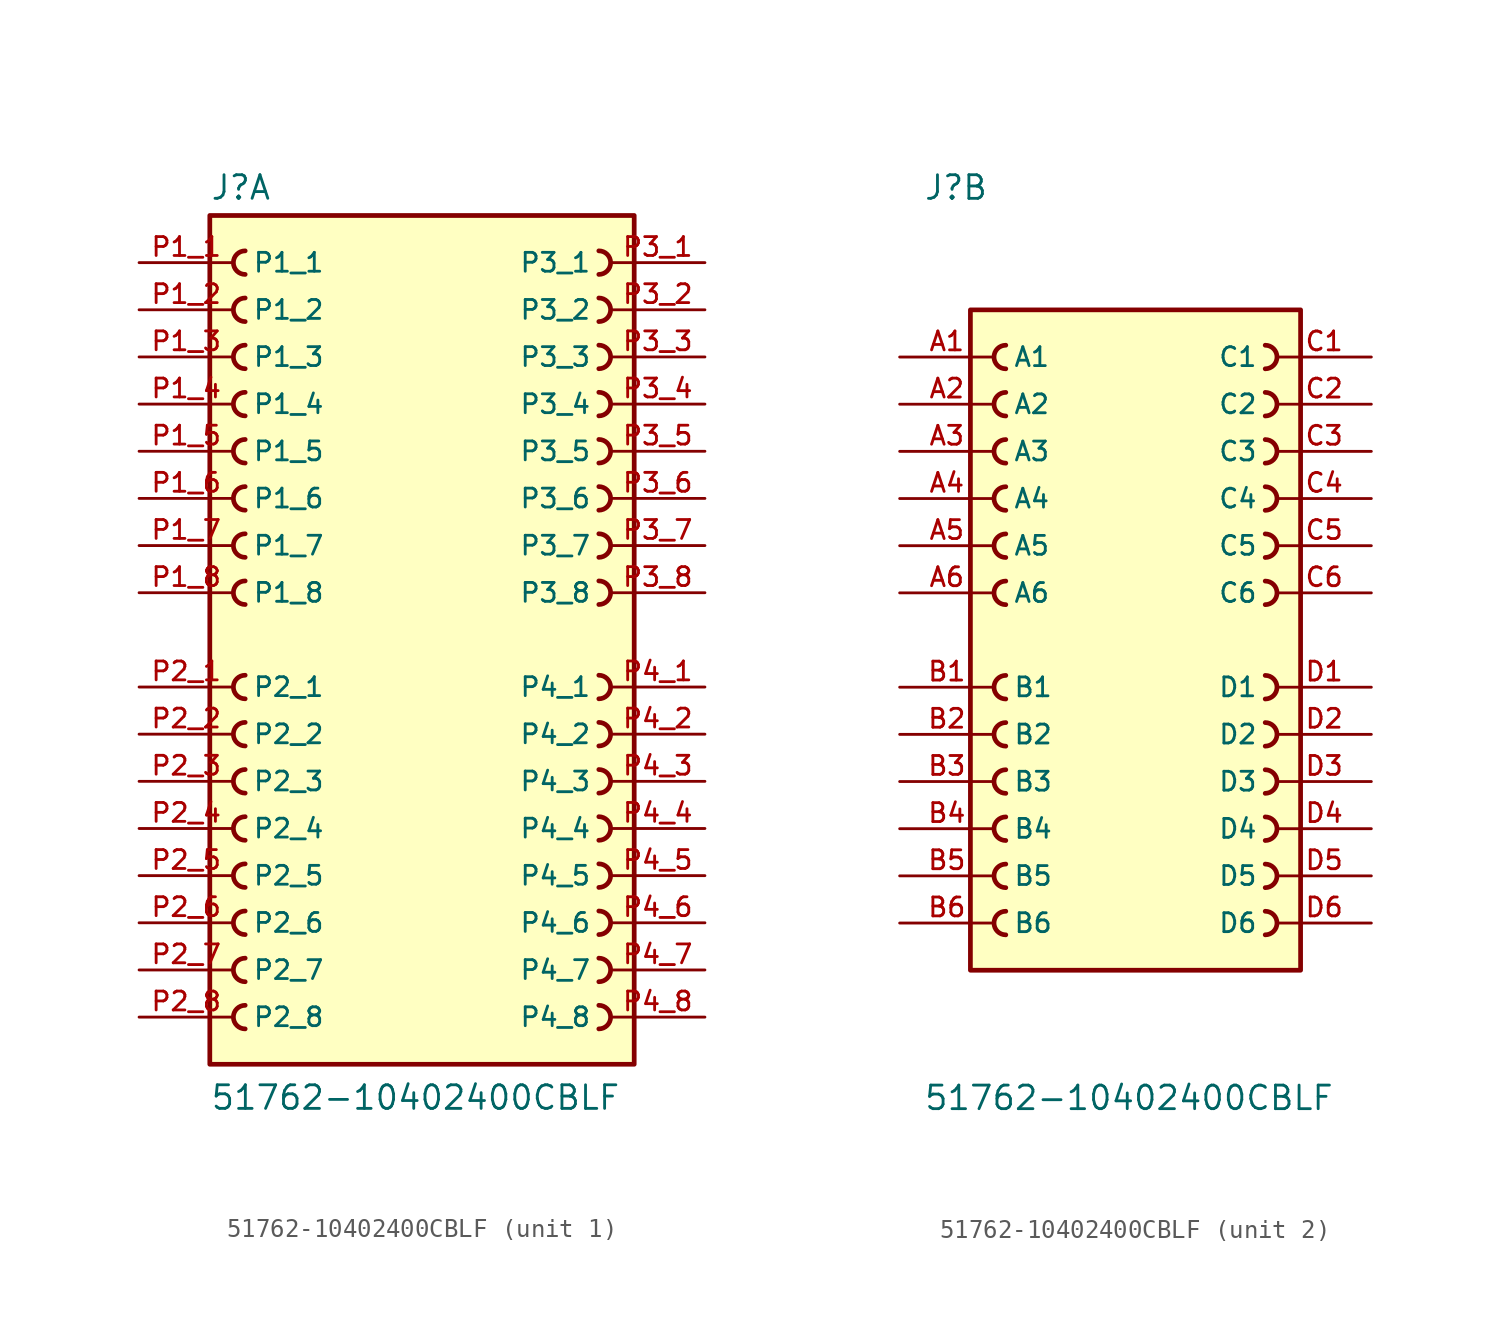
<source format=kicad_sym>
(kicad_symbol_lib
  (version 20211014)
  (generator kicad_symbol_editor)
  (symbol "51762-10402400CBLF"
    (pin_names
      (offset 1.016))
    (property "Reference" "J"
      (at -11.43 23.622 0)
      (effects (font (size 1.27 1.27)) (justify bottom left)))
    (property "Value" "51762-10402400CBLF"
      (at -11.43 -25.4 0)
      (effects (font (size 1.27 1.27)) (justify bottom left)))
    (symbol "51762-10402400CBLF_1_0"
      (arc (start -9.525 20.955) (mid -10.16 20.32) (end -9.525 19.685) (stroke (width 0.254) (type default) (color 0 0 0 0)) (fill (type none)))
      (arc (start -9.525 -1.905) (mid -10.16 -2.54) (end -9.525 -3.175) (stroke (width 0.254) (type default) (color 0 0 0 0)) (fill (type none)))
      (arc (start -9.525 18.415) (mid -10.16 17.78) (end -9.525 17.145) (stroke (width 0.254) (type default) (color 0 0 0 0)) (fill (type none)))
      (arc (start -9.525 15.875) (mid -10.16 15.24) (end -9.525 14.605) (stroke (width 0.254) (type default) (color 0 0 0 0)) (fill (type none)))
      (arc (start -9.525 13.335) (mid -10.16 12.7) (end -9.525 12.065) (stroke (width 0.254) (type default) (color 0 0 0 0)) (fill (type none)))
      (arc (start -9.525 10.795) (mid -10.16 10.16) (end -9.525 9.525) (stroke (width 0.254) (type default) (color 0 0 0 0)) (fill (type none)))
      (arc (start -9.525 8.255) (mid -10.16 7.62) (end -9.525 6.985) (stroke (width 0.254) (type default) (color 0 0 0 0)) (fill (type none)))
      (arc (start -9.525 5.715) (mid -10.16 5.08) (end -9.525 4.445) (stroke (width 0.254) (type default) (color 0 0 0 0)) (fill (type none)))
      (arc (start -9.525 3.175) (mid -10.16 2.54) (end -9.525 1.905) (stroke (width 0.254) (type default) (color 0 0 0 0)) (fill (type none)))
      (arc (start -9.525 -4.445) (mid -10.16 -5.08) (end -9.525 -5.715) (stroke (width 0.254) (type default) (color 0 0 0 0)) (fill (type none)))
      (arc (start -9.525 -6.985) (mid -10.16 -7.62) (end -9.525 -8.255) (stroke (width 0.254) (type default) (color 0 0 0 0)) (fill (type none)))
      (arc (start -9.525 -9.525) (mid -10.16 -10.16) (end -9.525 -10.795) (stroke (width 0.254) (type default) (color 0 0 0 0)) (fill (type none)))
      (arc (start -9.525 -12.065) (mid -10.16 -12.7) (end -9.525 -13.335) (stroke (width 0.254) (type default) (color 0 0 0 0)) (fill (type none)))
      (arc (start -9.525 -14.605) (mid -10.16 -15.24) (end -9.525 -15.875) (stroke (width 0.254) (type default) (color 0 0 0 0)) (fill (type none)))
      (arc (start -9.525 -17.145) (mid -10.16 -17.78) (end -9.525 -18.415) (stroke (width 0.254) (type default) (color 0 0 0 0)) (fill (type none)))
      (arc (start -9.525 -19.685) (mid -10.16 -20.32) (end -9.525 -20.955) (stroke (width 0.254) (type default) (color 0 0 0 0)) (fill (type none)))
      (arc (start 9.525 20.955) (mid 10.16 20.32) (end 9.525 19.685) (stroke (width 0.254) (type default) (color 0 0 0 0)) (fill (type none)))
      (arc (start 9.525 -1.905) (mid 10.16 -2.54) (end 9.525 -3.175) (stroke (width 0.254) (type default) (color 0 0 0 0)) (fill (type none)))
      (arc (start 9.525 18.415) (mid 10.16 17.78) (end 9.525 17.145) (stroke (width 0.254) (type default) (color 0 0 0 0)) (fill (type none)))
      (arc (start 9.525 15.875) (mid 10.16 15.24) (end 9.525 14.605) (stroke (width 0.254) (type default) (color 0 0 0 0)) (fill (type none)))
      (arc (start 9.525 13.335) (mid 10.16 12.7) (end 9.525 12.065) (stroke (width 0.254) (type default) (color 0 0 0 0)) (fill (type none)))
      (arc (start 9.525 10.795) (mid 10.16 10.16) (end 9.525 9.525) (stroke (width 0.254) (type default) (color 0 0 0 0)) (fill (type none)))
      (arc (start 9.525 8.255) (mid 10.16 7.62) (end 9.525 6.985) (stroke (width 0.254) (type default) (color 0 0 0 0)) (fill (type none)))
      (arc (start 9.525 5.715) (mid 10.16 5.08) (end 9.525 4.445) (stroke (width 0.254) (type default) (color 0 0 0 0)) (fill (type none)))
      (arc (start 9.525 3.175) (mid 10.16 2.54) (end 9.525 1.905) (stroke (width 0.254) (type default) (color 0 0 0 0)) (fill (type none)))
      (arc (start 9.525 -4.445) (mid 10.16 -5.08) (end 9.525 -5.715) (stroke (width 0.254) (type default) (color 0 0 0 0)) (fill (type none)))
      (arc (start 9.525 -6.985) (mid 10.16 -7.62) (end 9.525 -8.255) (stroke (width 0.254) (type default) (color 0 0 0 0)) (fill (type none)))
      (arc (start 9.525 -9.525) (mid 10.16 -10.16) (end 9.525 -10.795) (stroke (width 0.254) (type default) (color 0 0 0 0)) (fill (type none)))
      (arc (start 9.525 -12.065) (mid 10.16 -12.7) (end 9.525 -13.335) (stroke (width 0.254) (type default) (color 0 0 0 0)) (fill (type none)))
      (arc (start 9.525 -14.605) (mid 10.16 -15.24) (end 9.525 -15.875) (stroke (width 0.254) (type default) (color 0 0 0 0)) (fill (type none)))
      (arc (start 9.525 -17.145) (mid 10.16 -17.78) (end 9.525 -18.415) (stroke (width 0.254) (type default) (color 0 0 0 0)) (fill (type none)))
      (arc (start 9.525 -19.685) (mid 10.16 -20.32) (end 9.525 -20.955) (stroke (width 0.254) (type default) (color 0 0 0 0)) (fill (type none)))
      (rectangle (start -11.43 -22.86) (end 11.43 22.86) (stroke (width 0.254)) (fill (type background)))
      (pin power_in line (at -15.24 20.32 0) (length 5.08) (name "P1_1" (effects (font (size 1.016 1.016)))) (number "P1_1" (effects (font (size 1.016 1.016)))))
      (pin power_in line (at -15.24 -2.54 0) (length 5.08) (name "P2_1" (effects (font (size 1.016 1.016)))) (number "P2_1" (effects (font (size 1.016 1.016)))))
      (pin power_in line (at -15.24 17.78 0) (length 5.08) (name "P1_2" (effects (font (size 1.016 1.016)))) (number "P1_2" (effects (font (size 1.016 1.016)))))
      (pin power_in line (at -15.24 15.24 0) (length 5.08) (name "P1_3" (effects (font (size 1.016 1.016)))) (number "P1_3" (effects (font (size 1.016 1.016)))))
      (pin power_in line (at -15.24 12.7 0) (length 5.08) (name "P1_4" (effects (font (size 1.016 1.016)))) (number "P1_4" (effects (font (size 1.016 1.016)))))
      (pin power_in line (at -15.24 10.16 0) (length 5.08) (name "P1_5" (effects (font (size 1.016 1.016)))) (number "P1_5" (effects (font (size 1.016 1.016)))))
      (pin power_in line (at -15.24 7.62 0) (length 5.08) (name "P1_6" (effects (font (size 1.016 1.016)))) (number "P1_6" (effects (font (size 1.016 1.016)))))
      (pin power_in line (at -15.24 5.08 0) (length 5.08) (name "P1_7" (effects (font (size 1.016 1.016)))) (number "P1_7" (effects (font (size 1.016 1.016)))))
      (pin power_in line (at -15.24 2.54 0) (length 5.08) (name "P1_8" (effects (font (size 1.016 1.016)))) (number "P1_8" (effects (font (size 1.016 1.016)))))
      (pin power_in line (at -15.24 -5.08 0) (length 5.08) (name "P2_2" (effects (font (size 1.016 1.016)))) (number "P2_2" (effects (font (size 1.016 1.016)))))
      (pin power_in line (at -15.24 -7.62 0) (length 5.08) (name "P2_3" (effects (font (size 1.016 1.016)))) (number "P2_3" (effects (font (size 1.016 1.016)))))
      (pin power_in line (at -15.24 -10.16 0) (length 5.08) (name "P2_4" (effects (font (size 1.016 1.016)))) (number "P2_4" (effects (font (size 1.016 1.016)))))
      (pin power_in line (at -15.24 -12.7 0) (length 5.08) (name "P2_5" (effects (font (size 1.016 1.016)))) (number "P2_5" (effects (font (size 1.016 1.016)))))
      (pin power_in line (at -15.24 -15.24 0) (length 5.08) (name "P2_6" (effects (font (size 1.016 1.016)))) (number "P2_6" (effects (font (size 1.016 1.016)))))
      (pin power_in line (at -15.24 -17.78 0) (length 5.08) (name "P2_7" (effects (font (size 1.016 1.016)))) (number "P2_7" (effects (font (size 1.016 1.016)))))
      (pin power_in line (at -15.24 -20.32 0) (length 5.08) (name "P2_8" (effects (font (size 1.016 1.016)))) (number "P2_8" (effects (font (size 1.016 1.016)))))
      (pin power_in line (at 15.24 20.32 180.0) (length 5.08) (name "P3_1" (effects (font (size 1.016 1.016)))) (number "P3_1" (effects (font (size 1.016 1.016)))))
      (pin power_in line (at 15.24 -2.54 180.0) (length 5.08) (name "P4_1" (effects (font (size 1.016 1.016)))) (number "P4_1" (effects (font (size 1.016 1.016)))))
      (pin power_in line (at 15.24 17.78 180.0) (length 5.08) (name "P3_2" (effects (font (size 1.016 1.016)))) (number "P3_2" (effects (font (size 1.016 1.016)))))
      (pin power_in line (at 15.24 15.24 180.0) (length 5.08) (name "P3_3" (effects (font (size 1.016 1.016)))) (number "P3_3" (effects (font (size 1.016 1.016)))))
      (pin power_in line (at 15.24 12.7 180.0) (length 5.08) (name "P3_4" (effects (font (size 1.016 1.016)))) (number "P3_4" (effects (font (size 1.016 1.016)))))
      (pin power_in line (at 15.24 10.16 180.0) (length 5.08) (name "P3_5" (effects (font (size 1.016 1.016)))) (number "P3_5" (effects (font (size 1.016 1.016)))))
      (pin power_in line (at 15.24 7.62 180.0) (length 5.08) (name "P3_6" (effects (font (size 1.016 1.016)))) (number "P3_6" (effects (font (size 1.016 1.016)))))
      (pin power_in line (at 15.24 5.08 180.0) (length 5.08) (name "P3_7" (effects (font (size 1.016 1.016)))) (number "P3_7" (effects (font (size 1.016 1.016)))))
      (pin power_in line (at 15.24 2.54 180.0) (length 5.08) (name "P3_8" (effects (font (size 1.016 1.016)))) (number "P3_8" (effects (font (size 1.016 1.016)))))
      (pin power_in line (at 15.24 -5.08 180.0) (length 5.08) (name "P4_2" (effects (font (size 1.016 1.016)))) (number "P4_2" (effects (font (size 1.016 1.016)))))
      (pin power_in line (at 15.24 -7.62 180.0) (length 5.08) (name "P4_3" (effects (font (size 1.016 1.016)))) (number "P4_3" (effects (font (size 1.016 1.016)))))
      (pin power_in line (at 15.24 -10.16 180.0) (length 5.08) (name "P4_4" (effects (font (size 1.016 1.016)))) (number "P4_4" (effects (font (size 1.016 1.016)))))
      (pin power_in line (at 15.24 -12.7 180.0) (length 5.08) (name "P4_5" (effects (font (size 1.016 1.016)))) (number "P4_5" (effects (font (size 1.016 1.016)))))
      (pin power_in line (at 15.24 -15.24 180.0) (length 5.08) (name "P4_6" (effects (font (size 1.016 1.016)))) (number "P4_6" (effects (font (size 1.016 1.016)))))
      (pin power_in line (at 15.24 -17.78 180.0) (length 5.08) (name "P4_7" (effects (font (size 1.016 1.016)))) (number "P4_7" (effects (font (size 1.016 1.016)))))
      (pin power_in line (at 15.24 -20.32 180.0) (length 5.08) (name "P4_8" (effects (font (size 1.016 1.016)))) (number "P4_8" (effects (font (size 1.016 1.016))))))
    (symbol "51762-10402400CBLF_2_0"
      (arc (start -6.985 13.335) (mid -7.62 12.7) (end -6.985 12.065) (stroke (width 0.254) (type default) (color 0 0 0 0)) (fill (type none)))
      (arc (start -6.985 15.875) (mid -7.62 15.24) (end -6.985 14.605) (stroke (width 0.254) (type default) (color 0 0 0 0)) (fill (type none)))
      (arc (start 6.985 13.335) (mid 7.62 12.7) (end 6.985 12.065) (stroke (width 0.254) (type default) (color 0 0 0 0)) (fill (type none)))
      (arc (start 6.985 15.875) (mid 7.62 15.24) (end 6.985 14.605) (stroke (width 0.254) (type default) (color 0 0 0 0)) (fill (type none)))
      (arc (start -6.985 -3.175) (mid -7.62 -2.54) (end -6.985 -1.905) (stroke (width 0.254) (type default) (color 0 0 0 0)) (fill (type none)))
      (arc (start -6.985 -5.715) (mid -7.62 -5.08) (end -6.985 -4.445) (stroke (width 0.254) (type default) (color 0 0 0 0)) (fill (type none)))
      (arc (start 6.985 -3.175) (mid 7.62 -2.54) (end 6.985 -1.905) (stroke (width 0.254) (type default) (color 0 0 0 0)) (fill (type none)))
      (arc (start 6.985 -5.715) (mid 7.62 -5.08) (end 6.985 -4.445) (stroke (width 0.254) (type default) (color 0 0 0 0)) (fill (type none)))
      (arc (start -6.985 8.255) (mid -7.62 7.62) (end -6.985 6.985) (stroke (width 0.254) (type default) (color 0 0 0 0)) (fill (type none)))
      (arc (start -6.985 10.795) (mid -7.62 10.16) (end -6.985 9.525) (stroke (width 0.254) (type default) (color 0 0 0 0)) (fill (type none)))
      (arc (start 6.985 8.255) (mid 7.62 7.62) (end 6.985 6.985) (stroke (width 0.254) (type default) (color 0 0 0 0)) (fill (type none)))
      (arc (start 6.985 10.795) (mid 7.62 10.16) (end 6.985 9.525) (stroke (width 0.254) (type default) (color 0 0 0 0)) (fill (type none)))
      (arc (start -6.985 5.715) (mid -7.62 5.08) (end -6.985 4.445) (stroke (width 0.254) (type default) (color 0 0 0 0)) (fill (type none)))
      (arc (start 6.985 5.715) (mid 7.62 5.08) (end 6.985 4.445) (stroke (width 0.254) (type default) (color 0 0 0 0)) (fill (type none)))
      (arc (start -6.985 -8.255) (mid -7.62 -7.62) (end -6.985 -6.985) (stroke (width 0.254) (type default) (color 0 0 0 0)) (fill (type none)))
      (arc (start -6.985 -10.795) (mid -7.62 -10.16) (end -6.985 -9.525) (stroke (width 0.254) (type default) (color 0 0 0 0)) (fill (type none)))
      (arc (start 6.985 -8.255) (mid 7.62 -7.62) (end 6.985 -6.985) (stroke (width 0.254) (type default) (color 0 0 0 0)) (fill (type none)))
      (arc (start 6.985 -10.795) (mid 7.62 -10.16) (end 6.985 -9.525) (stroke (width 0.254) (type default) (color 0 0 0 0)) (fill (type none)))
      (arc (start -6.985 -13.335) (mid -7.62 -12.7) (end -6.985 -12.065) (stroke (width 0.254) (type default) (color 0 0 0 0)) (fill (type none)))
      (arc (start 6.985 -13.335) (mid 7.62 -12.7) (end 6.985 -12.065) (stroke (width 0.254) (type default) (color 0 0 0 0)) (fill (type none)))
      (arc (start -6.985 3.175) (mid -7.62 2.54) (end -6.985 1.905) (stroke (width 0.254) (type default) (color 0 0 0 0)) (fill (type none)))
      (arc (start 6.985 3.175) (mid 7.62 2.54) (end 6.985 1.905) (stroke (width 0.254) (type default) (color 0 0 0 0)) (fill (type none)))
      (arc (start -6.985 -15.875) (mid -7.62 -15.24) (end -6.985 -14.605) (stroke (width 0.254) (type default) (color 0 0 0 0)) (fill (type none)))
      (arc (start 6.985 -15.875) (mid 7.62 -15.24) (end 6.985 -14.605) (stroke (width 0.254) (type default) (color 0 0 0 0)) (fill (type none)))
      (rectangle (start -8.89 -17.78) (end 8.89 17.78) (stroke (width 0.254)) (fill (type background)))
      (pin passive line (at -12.7 15.24 0) (length 5.08) (name "A1" (effects (font (size 1.016 1.016)))) (number "A1" (effects (font (size 1.016 1.016)))))
      (pin passive line (at -12.7 -2.54 0) (length 5.08) (name "B1" (effects (font (size 1.016 1.016)))) (number "B1" (effects (font (size 1.016 1.016)))))
      (pin passive line (at -12.7 12.7 0) (length 5.08) (name "A2" (effects (font (size 1.016 1.016)))) (number "A2" (effects (font (size 1.016 1.016)))))
      (pin passive line (at -12.7 -5.08 0) (length 5.08) (name "B2" (effects (font (size 1.016 1.016)))) (number "B2" (effects (font (size 1.016 1.016)))))
      (pin passive line (at 12.7 15.24 180.0) (length 5.08) (name "C1" (effects (font (size 1.016 1.016)))) (number "C1" (effects (font (size 1.016 1.016)))))
      (pin passive line (at 12.7 -2.54 180.0) (length 5.08) (name "D1" (effects (font (size 1.016 1.016)))) (number "D1" (effects (font (size 1.016 1.016)))))
      (pin passive line (at 12.7 12.7 180.0) (length 5.08) (name "C2" (effects (font (size 1.016 1.016)))) (number "C2" (effects (font (size 1.016 1.016)))))
      (pin passive line (at 12.7 -5.08 180.0) (length 5.08) (name "D2" (effects (font (size 1.016 1.016)))) (number "D2" (effects (font (size 1.016 1.016)))))
      (pin passive line (at -12.7 10.16 0) (length 5.08) (name "A3" (effects (font (size 1.016 1.016)))) (number "A3" (effects (font (size 1.016 1.016)))))
      (pin passive line (at -12.7 -7.62 0) (length 5.08) (name "B3" (effects (font (size 1.016 1.016)))) (number "B3" (effects (font (size 1.016 1.016)))))
      (pin passive line (at -12.7 7.62 0) (length 5.08) (name "A4" (effects (font (size 1.016 1.016)))) (number "A4" (effects (font (size 1.016 1.016)))))
      (pin passive line (at -12.7 -10.16 0) (length 5.08) (name "B4" (effects (font (size 1.016 1.016)))) (number "B4" (effects (font (size 1.016 1.016)))))
      (pin passive line (at -12.7 5.08 0) (length 5.08) (name "A5" (effects (font (size 1.016 1.016)))) (number "A5" (effects (font (size 1.016 1.016)))))
      (pin passive line (at -12.7 -12.7 0) (length 5.08) (name "B5" (effects (font (size 1.016 1.016)))) (number "B5" (effects (font (size 1.016 1.016)))))
      (pin passive line (at 12.7 10.16 180.0) (length 5.08) (name "C3" (effects (font (size 1.016 1.016)))) (number "C3" (effects (font (size 1.016 1.016)))))
      (pin passive line (at 12.7 -7.62 180.0) (length 5.08) (name "D3" (effects (font (size 1.016 1.016)))) (number "D3" (effects (font (size 1.016 1.016)))))
      (pin passive line (at 12.7 7.62 180.0) (length 5.08) (name "C4" (effects (font (size 1.016 1.016)))) (number "C4" (effects (font (size 1.016 1.016)))))
      (pin passive line (at 12.7 -10.16 180.0) (length 5.08) (name "D4" (effects (font (size 1.016 1.016)))) (number "D4" (effects (font (size 1.016 1.016)))))
      (pin passive line (at 12.7 5.08 180.0) (length 5.08) (name "C5" (effects (font (size 1.016 1.016)))) (number "C5" (effects (font (size 1.016 1.016)))))
      (pin passive line (at 12.7 -12.7 180.0) (length 5.08) (name "D5" (effects (font (size 1.016 1.016)))) (number "D5" (effects (font (size 1.016 1.016)))))
      (pin passive line (at -12.7 2.54 0) (length 5.08) (name "A6" (effects (font (size 1.016 1.016)))) (number "A6" (effects (font (size 1.016 1.016)))))
      (pin passive line (at -12.7 -15.24 0) (length 5.08) (name "B6" (effects (font (size 1.016 1.016)))) (number "B6" (effects (font (size 1.016 1.016)))))
      (pin passive line (at 12.7 2.54 180.0) (length 5.08) (name "C6" (effects (font (size 1.016 1.016)))) (number "C6" (effects (font (size 1.016 1.016)))))
      (pin passive line (at 12.7 -15.24 180.0) (length 5.08) (name "D6" (effects (font (size 1.016 1.016)))) (number "D6" (effects (font (size 1.016 1.016))))))))
</source>
